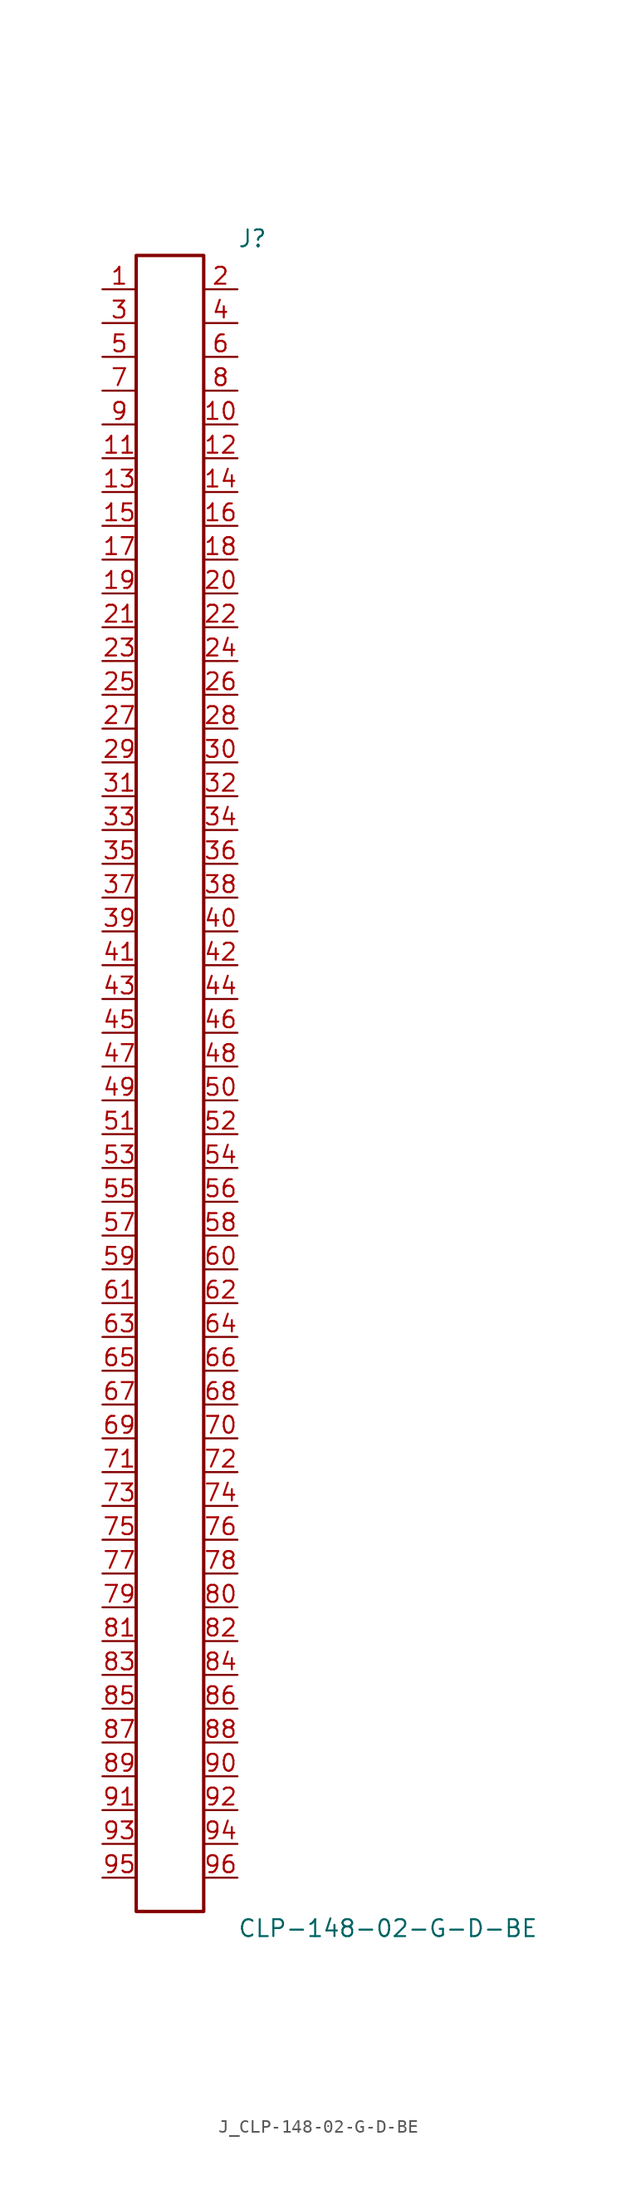
<source format=kicad_sym>
(kicad_symbol_lib
  (version 20231120)
  (generator kicad_symbol_editor)
  (generator_version 8.0)
  (symbol "J_CLP-148-02-G-D-BE"
    (pin_names
      (offset 0.254))
    (property "Reference" "J"
      (at 5.08 63.5 0)
      (effects (font (size 1.27 1.27)) (justify left)))
    (property "Value" "CLP-148-02-G-D-BE"
      (at 5.08 -63.5 0)
      (effects (font (size 1.27 1.27)) (justify left)))
    (symbol "J_CLP-148-02-G-D-BE_0_0"
      (pin passive line (at -5.08 59.69 0) (length 2.54) (name "" (effects (font (size 1.27 1.27)))) (number "1" (effects (font (size 1.27 1.27)))))
      (pin passive line (at 5.08 59.69 180) (length 2.54) (name "" (effects (font (size 1.27 1.27)))) (number "2" (effects (font (size 1.27 1.27)))))
      (pin passive line (at -5.08 57.15 0) (length 2.54) (name "" (effects (font (size 1.27 1.27)))) (number "3" (effects (font (size 1.27 1.27)))))
      (pin passive line (at 5.08 57.15 180) (length 2.54) (name "" (effects (font (size 1.27 1.27)))) (number "4" (effects (font (size 1.27 1.27)))))
      (pin passive line (at -5.08 54.61 0) (length 2.54) (name "" (effects (font (size 1.27 1.27)))) (number "5" (effects (font (size 1.27 1.27)))))
      (pin passive line (at 5.08 54.61 180) (length 2.54) (name "" (effects (font (size 1.27 1.27)))) (number "6" (effects (font (size 1.27 1.27)))))
      (pin passive line (at -5.08 52.07 0) (length 2.54) (name "" (effects (font (size 1.27 1.27)))) (number "7" (effects (font (size 1.27 1.27)))))
      (pin passive line (at 5.08 52.07 180) (length 2.54) (name "" (effects (font (size 1.27 1.27)))) (number "8" (effects (font (size 1.27 1.27)))))
      (pin passive line (at -5.08 49.53 0) (length 2.54) (name "" (effects (font (size 1.27 1.27)))) (number "9" (effects (font (size 1.27 1.27)))))
      (pin passive line (at 5.08 49.53 180) (length 2.54) (name "" (effects (font (size 1.27 1.27)))) (number "10" (effects (font (size 1.27 1.27)))))
      (pin passive line (at -5.08 46.99 0) (length 2.54) (name "" (effects (font (size 1.27 1.27)))) (number "11" (effects (font (size 1.27 1.27)))))
      (pin passive line (at 5.08 46.99 180) (length 2.54) (name "" (effects (font (size 1.27 1.27)))) (number "12" (effects (font (size 1.27 1.27)))))
      (pin passive line (at -5.08 44.45 0) (length 2.54) (name "" (effects (font (size 1.27 1.27)))) (number "13" (effects (font (size 1.27 1.27)))))
      (pin passive line (at 5.08 44.45 180) (length 2.54) (name "" (effects (font (size 1.27 1.27)))) (number "14" (effects (font (size 1.27 1.27)))))
      (pin passive line (at -5.08 41.91 0) (length 2.54) (name "" (effects (font (size 1.27 1.27)))) (number "15" (effects (font (size 1.27 1.27)))))
      (pin passive line (at 5.08 41.91 180) (length 2.54) (name "" (effects (font (size 1.27 1.27)))) (number "16" (effects (font (size 1.27 1.27)))))
      (pin passive line (at -5.08 39.37 0) (length 2.54) (name "" (effects (font (size 1.27 1.27)))) (number "17" (effects (font (size 1.27 1.27)))))
      (pin passive line (at 5.08 39.37 180) (length 2.54) (name "" (effects (font (size 1.27 1.27)))) (number "18" (effects (font (size 1.27 1.27)))))
      (pin passive line (at -5.08 36.83 0) (length 2.54) (name "" (effects (font (size 1.27 1.27)))) (number "19" (effects (font (size 1.27 1.27)))))
      (pin passive line (at 5.08 36.83 180) (length 2.54) (name "" (effects (font (size 1.27 1.27)))) (number "20" (effects (font (size 1.27 1.27)))))
      (pin passive line (at -5.08 34.29 0) (length 2.54) (name "" (effects (font (size 1.27 1.27)))) (number "21" (effects (font (size 1.27 1.27)))))
      (pin passive line (at 5.08 34.29 180) (length 2.54) (name "" (effects (font (size 1.27 1.27)))) (number "22" (effects (font (size 1.27 1.27)))))
      (pin passive line (at -5.08 31.75 0) (length 2.54) (name "" (effects (font (size 1.27 1.27)))) (number "23" (effects (font (size 1.27 1.27)))))
      (pin passive line (at 5.08 31.75 180) (length 2.54) (name "" (effects (font (size 1.27 1.27)))) (number "24" (effects (font (size 1.27 1.27)))))
      (pin passive line (at -5.08 29.21 0) (length 2.54) (name "" (effects (font (size 1.27 1.27)))) (number "25" (effects (font (size 1.27 1.27)))))
      (pin passive line (at 5.08 29.21 180) (length 2.54) (name "" (effects (font (size 1.27 1.27)))) (number "26" (effects (font (size 1.27 1.27)))))
      (pin passive line (at -5.08 26.67 0) (length 2.54) (name "" (effects (font (size 1.27 1.27)))) (number "27" (effects (font (size 1.27 1.27)))))
      (pin passive line (at 5.08 26.67 180) (length 2.54) (name "" (effects (font (size 1.27 1.27)))) (number "28" (effects (font (size 1.27 1.27)))))
      (pin passive line (at -5.08 24.13 0) (length 2.54) (name "" (effects (font (size 1.27 1.27)))) (number "29" (effects (font (size 1.27 1.27)))))
      (pin passive line (at 5.08 24.13 180) (length 2.54) (name "" (effects (font (size 1.27 1.27)))) (number "30" (effects (font (size 1.27 1.27)))))
      (pin passive line (at -5.08 21.59 0) (length 2.54) (name "" (effects (font (size 1.27 1.27)))) (number "31" (effects (font (size 1.27 1.27)))))
      (pin passive line (at 5.08 21.59 180) (length 2.54) (name "" (effects (font (size 1.27 1.27)))) (number "32" (effects (font (size 1.27 1.27)))))
      (pin passive line (at -5.08 19.05 0) (length 2.54) (name "" (effects (font (size 1.27 1.27)))) (number "33" (effects (font (size 1.27 1.27)))))
      (pin passive line (at 5.08 19.05 180) (length 2.54) (name "" (effects (font (size 1.27 1.27)))) (number "34" (effects (font (size 1.27 1.27)))))
      (pin passive line (at -5.08 16.51 0) (length 2.54) (name "" (effects (font (size 1.27 1.27)))) (number "35" (effects (font (size 1.27 1.27)))))
      (pin passive line (at 5.08 16.51 180) (length 2.54) (name "" (effects (font (size 1.27 1.27)))) (number "36" (effects (font (size 1.27 1.27)))))
      (pin passive line (at -5.08 13.97 0) (length 2.54) (name "" (effects (font (size 1.27 1.27)))) (number "37" (effects (font (size 1.27 1.27)))))
      (pin passive line (at 5.08 13.97 180) (length 2.54) (name "" (effects (font (size 1.27 1.27)))) (number "38" (effects (font (size 1.27 1.27)))))
      (pin passive line (at -5.08 11.43 0) (length 2.54) (name "" (effects (font (size 1.27 1.27)))) (number "39" (effects (font (size 1.27 1.27)))))
      (pin passive line (at 5.08 11.43 180) (length 2.54) (name "" (effects (font (size 1.27 1.27)))) (number "40" (effects (font (size 1.27 1.27)))))
      (pin passive line (at -5.08 8.89 0) (length 2.54) (name "" (effects (font (size 1.27 1.27)))) (number "41" (effects (font (size 1.27 1.27)))))
      (pin passive line (at 5.08 8.89 180) (length 2.54) (name "" (effects (font (size 1.27 1.27)))) (number "42" (effects (font (size 1.27 1.27)))))
      (pin passive line (at -5.08 6.35 0) (length 2.54) (name "" (effects (font (size 1.27 1.27)))) (number "43" (effects (font (size 1.27 1.27)))))
      (pin passive line (at 5.08 6.35 180) (length 2.54) (name "" (effects (font (size 1.27 1.27)))) (number "44" (effects (font (size 1.27 1.27)))))
      (pin passive line (at -5.08 3.81 0) (length 2.54) (name "" (effects (font (size 1.27 1.27)))) (number "45" (effects (font (size 1.27 1.27)))))
      (pin passive line (at 5.08 3.81 180) (length 2.54) (name "" (effects (font (size 1.27 1.27)))) (number "46" (effects (font (size 1.27 1.27)))))
      (pin passive line (at -5.08 1.27 0) (length 2.54) (name "" (effects (font (size 1.27 1.27)))) (number "47" (effects (font (size 1.27 1.27)))))
      (pin passive line (at 5.08 1.27 180) (length 2.54) (name "" (effects (font (size 1.27 1.27)))) (number "48" (effects (font (size 1.27 1.27)))))
      (pin passive line (at -5.08 -1.27 0) (length 2.54) (name "" (effects (font (size 1.27 1.27)))) (number "49" (effects (font (size 1.27 1.27)))))
      (pin passive line (at 5.08 -1.27 180) (length 2.54) (name "" (effects (font (size 1.27 1.27)))) (number "50" (effects (font (size 1.27 1.27)))))
      (pin passive line (at -5.08 -3.81 0) (length 2.54) (name "" (effects (font (size 1.27 1.27)))) (number "51" (effects (font (size 1.27 1.27)))))
      (pin passive line (at 5.08 -3.81 180) (length 2.54) (name "" (effects (font (size 1.27 1.27)))) (number "52" (effects (font (size 1.27 1.27)))))
      (pin passive line (at -5.08 -6.35 0) (length 2.54) (name "" (effects (font (size 1.27 1.27)))) (number "53" (effects (font (size 1.27 1.27)))))
      (pin passive line (at 5.08 -6.35 180) (length 2.54) (name "" (effects (font (size 1.27 1.27)))) (number "54" (effects (font (size 1.27 1.27)))))
      (pin passive line (at -5.08 -8.89 0) (length 2.54) (name "" (effects (font (size 1.27 1.27)))) (number "55" (effects (font (size 1.27 1.27)))))
      (pin passive line (at 5.08 -8.89 180) (length 2.54) (name "" (effects (font (size 1.27 1.27)))) (number "56" (effects (font (size 1.27 1.27)))))
      (pin passive line (at -5.08 -11.43 0) (length 2.54) (name "" (effects (font (size 1.27 1.27)))) (number "57" (effects (font (size 1.27 1.27)))))
      (pin passive line (at 5.08 -11.43 180) (length 2.54) (name "" (effects (font (size 1.27 1.27)))) (number "58" (effects (font (size 1.27 1.27)))))
      (pin passive line (at -5.08 -13.97 0) (length 2.54) (name "" (effects (font (size 1.27 1.27)))) (number "59" (effects (font (size 1.27 1.27)))))
      (pin passive line (at 5.08 -13.97 180) (length 2.54) (name "" (effects (font (size 1.27 1.27)))) (number "60" (effects (font (size 1.27 1.27)))))
      (pin passive line (at -5.08 -16.51 0) (length 2.54) (name "" (effects (font (size 1.27 1.27)))) (number "61" (effects (font (size 1.27 1.27)))))
      (pin passive line (at 5.08 -16.51 180) (length 2.54) (name "" (effects (font (size 1.27 1.27)))) (number "62" (effects (font (size 1.27 1.27)))))
      (pin passive line (at -5.08 -19.05 0) (length 2.54) (name "" (effects (font (size 1.27 1.27)))) (number "63" (effects (font (size 1.27 1.27)))))
      (pin passive line (at 5.08 -19.05 180) (length 2.54) (name "" (effects (font (size 1.27 1.27)))) (number "64" (effects (font (size 1.27 1.27)))))
      (pin passive line (at -5.08 -21.59 0) (length 2.54) (name "" (effects (font (size 1.27 1.27)))) (number "65" (effects (font (size 1.27 1.27)))))
      (pin passive line (at 5.08 -21.59 180) (length 2.54) (name "" (effects (font (size 1.27 1.27)))) (number "66" (effects (font (size 1.27 1.27)))))
      (pin passive line (at -5.08 -24.13 0) (length 2.54) (name "" (effects (font (size 1.27 1.27)))) (number "67" (effects (font (size 1.27 1.27)))))
      (pin passive line (at 5.08 -24.13 180) (length 2.54) (name "" (effects (font (size 1.27 1.27)))) (number "68" (effects (font (size 1.27 1.27)))))
      (pin passive line (at -5.08 -26.67 0) (length 2.54) (name "" (effects (font (size 1.27 1.27)))) (number "69" (effects (font (size 1.27 1.27)))))
      (pin passive line (at 5.08 -26.67 180) (length 2.54) (name "" (effects (font (size 1.27 1.27)))) (number "70" (effects (font (size 1.27 1.27)))))
      (pin passive line (at -5.08 -29.21 0) (length 2.54) (name "" (effects (font (size 1.27 1.27)))) (number "71" (effects (font (size 1.27 1.27)))))
      (pin passive line (at 5.08 -29.21 180) (length 2.54) (name "" (effects (font (size 1.27 1.27)))) (number "72" (effects (font (size 1.27 1.27)))))
      (pin passive line (at -5.08 -31.75 0) (length 2.54) (name "" (effects (font (size 1.27 1.27)))) (number "73" (effects (font (size 1.27 1.27)))))
      (pin passive line (at 5.08 -31.75 180) (length 2.54) (name "" (effects (font (size 1.27 1.27)))) (number "74" (effects (font (size 1.27 1.27)))))
      (pin passive line (at -5.08 -34.29 0) (length 2.54) (name "" (effects (font (size 1.27 1.27)))) (number "75" (effects (font (size 1.27 1.27)))))
      (pin passive line (at 5.08 -34.29 180) (length 2.54) (name "" (effects (font (size 1.27 1.27)))) (number "76" (effects (font (size 1.27 1.27)))))
      (pin passive line (at -5.08 -36.83 0) (length 2.54) (name "" (effects (font (size 1.27 1.27)))) (number "77" (effects (font (size 1.27 1.27)))))
      (pin passive line (at 5.08 -36.83 180) (length 2.54) (name "" (effects (font (size 1.27 1.27)))) (number "78" (effects (font (size 1.27 1.27)))))
      (pin passive line (at -5.08 -39.37 0) (length 2.54) (name "" (effects (font (size 1.27 1.27)))) (number "79" (effects (font (size 1.27 1.27)))))
      (pin passive line (at 5.08 -39.37 180) (length 2.54) (name "" (effects (font (size 1.27 1.27)))) (number "80" (effects (font (size 1.27 1.27)))))
      (pin passive line (at -5.08 -41.91 0) (length 2.54) (name "" (effects (font (size 1.27 1.27)))) (number "81" (effects (font (size 1.27 1.27)))))
      (pin passive line (at 5.08 -41.91 180) (length 2.54) (name "" (effects (font (size 1.27 1.27)))) (number "82" (effects (font (size 1.27 1.27)))))
      (pin passive line (at -5.08 -44.45 0) (length 2.54) (name "" (effects (font (size 1.27 1.27)))) (number "83" (effects (font (size 1.27 1.27)))))
      (pin passive line (at 5.08 -44.45 180) (length 2.54) (name "" (effects (font (size 1.27 1.27)))) (number "84" (effects (font (size 1.27 1.27)))))
      (pin passive line (at -5.08 -46.99 0) (length 2.54) (name "" (effects (font (size 1.27 1.27)))) (number "85" (effects (font (size 1.27 1.27)))))
      (pin passive line (at 5.08 -46.99 180) (length 2.54) (name "" (effects (font (size 1.27 1.27)))) (number "86" (effects (font (size 1.27 1.27)))))
      (pin passive line (at -5.08 -49.53 0) (length 2.54) (name "" (effects (font (size 1.27 1.27)))) (number "87" (effects (font (size 1.27 1.27)))))
      (pin passive line (at 5.08 -49.53 180) (length 2.54) (name "" (effects (font (size 1.27 1.27)))) (number "88" (effects (font (size 1.27 1.27)))))
      (pin passive line (at -5.08 -52.07 0) (length 2.54) (name "" (effects (font (size 1.27 1.27)))) (number "89" (effects (font (size 1.27 1.27)))))
      (pin passive line (at 5.08 -52.07 180) (length 2.54) (name "" (effects (font (size 1.27 1.27)))) (number "90" (effects (font (size 1.27 1.27)))))
      (pin passive line (at -5.08 -54.61 0) (length 2.54) (name "" (effects (font (size 1.27 1.27)))) (number "91" (effects (font (size 1.27 1.27)))))
      (pin passive line (at 5.08 -54.61 180) (length 2.54) (name "" (effects (font (size 1.27 1.27)))) (number "92" (effects (font (size 1.27 1.27)))))
      (pin passive line (at -5.08 -57.15 0) (length 2.54) (name "" (effects (font (size 1.27 1.27)))) (number "93" (effects (font (size 1.27 1.27)))))
      (pin passive line (at 5.08 -57.15 180) (length 2.54) (name "" (effects (font (size 1.27 1.27)))) (number "94" (effects (font (size 1.27 1.27)))))
      (pin passive line (at -5.08 -59.69 0) (length 2.54) (name "" (effects (font (size 1.27 1.27)))) (number "95" (effects (font (size 1.27 1.27)))))
      (pin passive line (at 5.08 -59.69 180) (length 2.54) (name "" (effects (font (size 1.27 1.27)))) (number "96" (effects (font (size 1.27 1.27))))))
    (symbol "J_CLP-148-02-G-D-BE_1_0"
      (rectangle (start -2.54 62.23) (end 2.54 -62.23) (stroke (width 0.254) (type solid)) (fill (type none))))))
</source>
